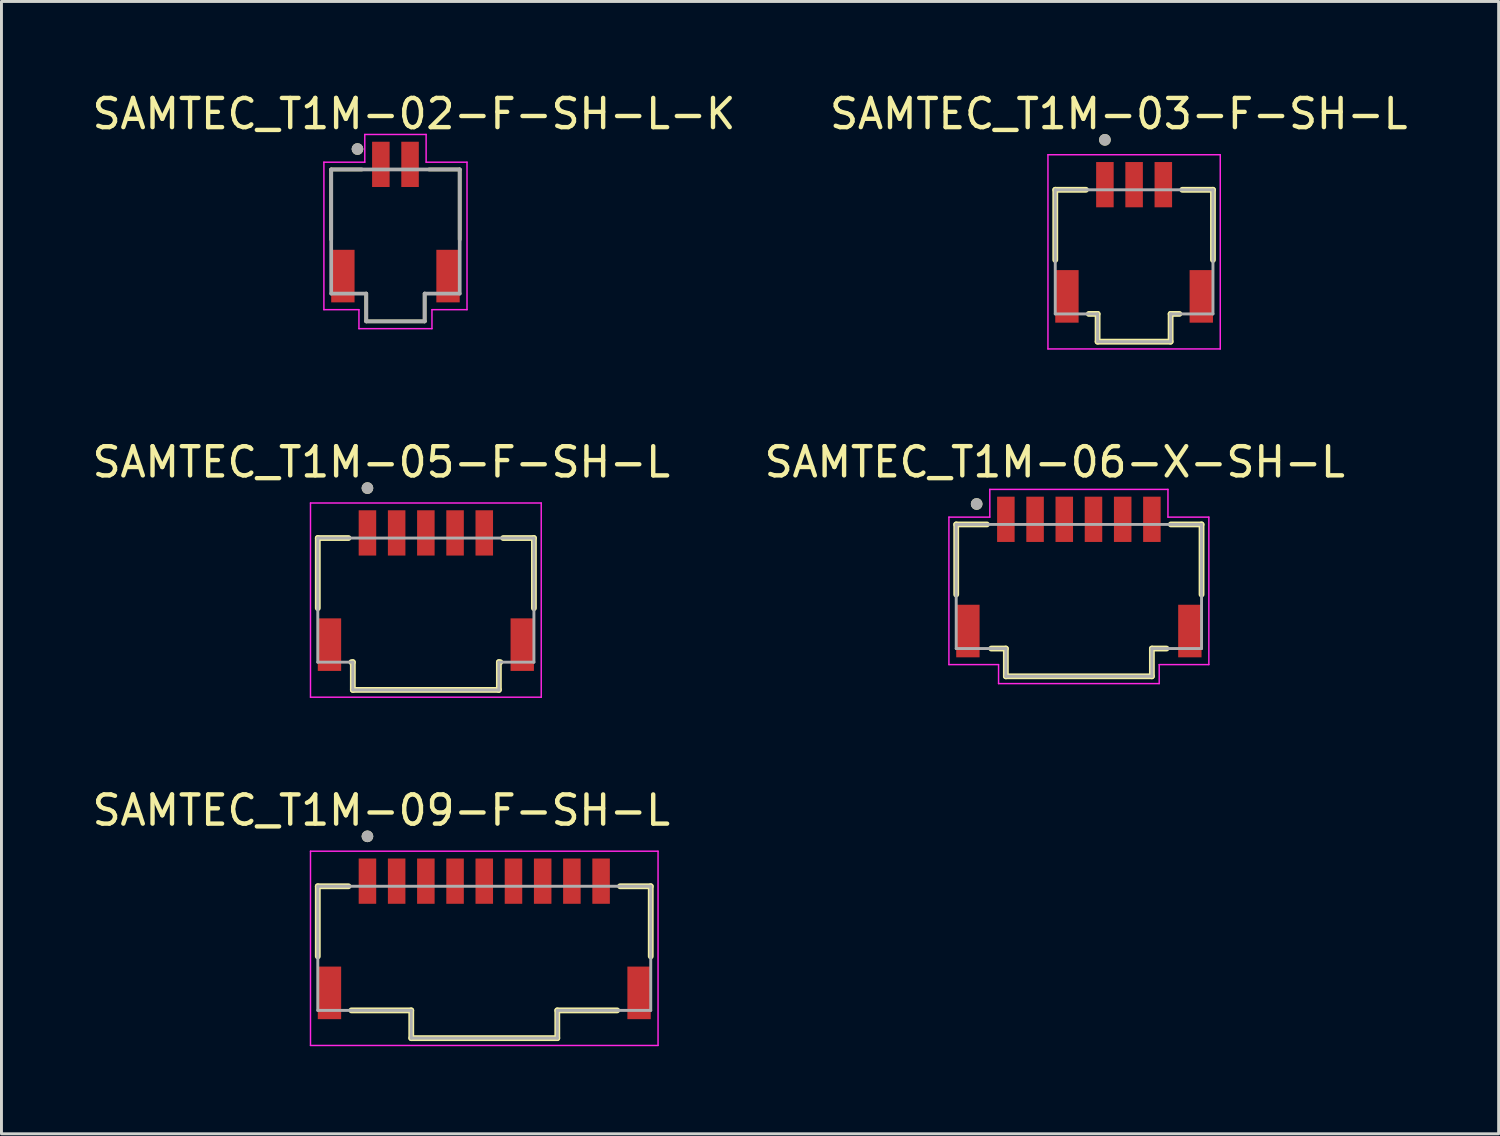
<source format=kicad_pcb>
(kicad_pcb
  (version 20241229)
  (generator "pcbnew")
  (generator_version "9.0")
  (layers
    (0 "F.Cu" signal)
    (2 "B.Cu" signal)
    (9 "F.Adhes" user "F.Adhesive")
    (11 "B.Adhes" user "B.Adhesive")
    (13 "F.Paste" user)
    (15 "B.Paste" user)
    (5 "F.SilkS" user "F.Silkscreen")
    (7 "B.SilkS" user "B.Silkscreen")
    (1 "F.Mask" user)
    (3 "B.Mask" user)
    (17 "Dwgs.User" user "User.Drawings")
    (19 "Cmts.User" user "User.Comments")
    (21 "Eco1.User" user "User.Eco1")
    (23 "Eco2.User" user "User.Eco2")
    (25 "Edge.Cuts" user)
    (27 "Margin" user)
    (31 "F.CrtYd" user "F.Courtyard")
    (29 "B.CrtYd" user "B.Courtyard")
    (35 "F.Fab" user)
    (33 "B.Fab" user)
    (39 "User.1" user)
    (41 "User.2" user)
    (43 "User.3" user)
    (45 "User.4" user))
  (footprint "SAMTEC_T1M-02-F-SH-L-K"
    (layer "F.Cu")
    (at 10.49 2.753)
    (property "Reference" "SAMTEC_T1M-02-F-SH-L-K" (at 0.635 -1.905 0) (layer "F.SilkS") (effects (font (size 1 1) (thickness 0.15))))
    (attr smd)
    (fp_line (start -2.2 0) (end -2.2 2.4) (stroke (width 0.127) (type solid)) (layer "F.SilkS"))
    (fp_line (start -1.15 0) (end -2.2 0) (stroke (width 0.127) (type solid)) (layer "F.SilkS"))
    (fp_line (start -1 4.25) (end -1 5.2) (stroke (width 0.127) (type solid)) (layer "F.SilkS"))
    (fp_line (start -1 5.2) (end 1 5.2) (stroke (width 0.127) (type solid)) (layer "F.SilkS"))
    (fp_line (start 1 5.2) (end 1 4.25) (stroke (width 0.127) (type solid)) (layer "F.SilkS"))
    (fp_line (start 1.15 0) (end 2.2 0) (stroke (width 0.127) (type solid)) (layer "F.SilkS"))
    (fp_line (start 2.2 0) (end 2.2 2.4) (stroke (width 0.127) (type solid)) (layer "F.SilkS"))
    (fp_circle (center -1.3 -0.7) (end -1.2 -0.7) (stroke (width 0.2) (type solid)) (fill no) (layer "F.SilkS"))
    (fp_line (start -2.45 -0.25) (end -1.05 -0.25) (stroke (width 0.05) (type solid)) (layer "F.CrtYd"))
    (fp_line (start -2.45 4.8) (end -2.45 -0.25) (stroke (width 0.05) (type solid)) (layer "F.CrtYd"))
    (fp_line (start -1.25 4.8) (end -2.45 4.8) (stroke (width 0.05) (type solid)) (layer "F.CrtYd"))
    (fp_line (start -1.25 5.45) (end -1.25 4.8) (stroke (width 0.05) (type solid)) (layer "F.CrtYd"))
    (fp_line (start -1.05 -1.2) (end 1.05 -1.2) (stroke (width 0.05) (type solid)) (layer "F.CrtYd"))
    (fp_line (start -1.05 -0.25) (end -1.05 -1.2) (stroke (width 0.05) (type solid)) (layer "F.CrtYd"))
    (fp_line (start 1.05 -1.2) (end 1.05 -0.25) (stroke (width 0.05) (type solid)) (layer "F.CrtYd"))
    (fp_line (start 1.05 -0.25) (end 2.45 -0.25) (stroke (width 0.05) (type solid)) (layer "F.CrtYd"))
    (fp_line (start 1.25 4.8) (end 1.25 5.45) (stroke (width 0.05) (type solid)) (layer "F.CrtYd"))
    (fp_line (start 1.25 5.45) (end -1.25 5.45) (stroke (width 0.05) (type solid)) (layer "F.CrtYd"))
    (fp_line (start 2.45 -0.25) (end 2.45 4.8) (stroke (width 0.05) (type solid)) (layer "F.CrtYd"))
    (fp_line (start 2.45 4.8) (end 1.25 4.8) (stroke (width 0.05) (type solid)) (layer "F.CrtYd"))
    (fp_line (start -2.2 0) (end 2.2 0) (stroke (width 0.127) (type solid)) (layer "F.Fab"))
    (fp_line (start -2.2 4.25) (end -2.2 0) (stroke (width 0.127) (type solid)) (layer "F.Fab"))
    (fp_line (start -1 4.25) (end -2.2 4.25) (stroke (width 0.127) (type solid)) (layer "F.Fab"))
    (fp_line (start -1 4.25) (end -1 5.2) (stroke (width 0.127) (type solid)) (layer "F.Fab"))
    (fp_line (start -1 5.2) (end 1 5.2) (stroke (width 0.127) (type solid)) (layer "F.Fab"))
    (fp_line (start 1 5.2) (end 1 4.25) (stroke (width 0.127) (type solid)) (layer "F.Fab"))
    (fp_line (start 2.2 0) (end 2.2 4.25) (stroke (width 0.127) (type solid)) (layer "F.Fab"))
    (fp_line (start 2.2 4.25) (end 1 4.25) (stroke (width 0.127) (type solid)) (layer "F.Fab"))
    (fp_circle (center -1.3 -0.7) (end -1.2 -0.7) (stroke (width 0.2) (type solid)) (fill no) (layer "F.Fab"))
    (pad "1" smd rect (at -0.5 -0.175 90) (size 1.55 0.6) (layers "F.Cu" "F.Mask" "F.Paste"))
    (pad "2" smd rect (at 0.5 -0.175 90) (size 1.55 0.6) (layers "F.Cu" "F.Mask" "F.Paste"))
    (pad "S1" smd rect (at -1.8 3.65 90) (size 1.8 0.8) (layers "F.Cu" "F.Mask" "F.Paste"))
    (pad "S2" smd rect (at 1.8 3.65 90) (size 1.8 0.8) (layers "F.Cu" "F.Mask" "F.Paste")))
  (footprint "SAMTEC_T1M-09-F-SH-L"
    (layer "F.Cu")
    (at 13.531 27.12)
    (property "Reference" "SAMTEC_T1M-09-F-SH-L" (at -3.525 -2.425 0) (layer "F.SilkS") (effects (font (size 1 1) (thickness 0.15))))
    (attr smd)
    (fp_line (start -5.7 0.175) (end -5.7 2.575) (stroke (width 0.2) (type solid)) (layer "F.SilkS"))
    (fp_line (start -5.7 0.175) (end -4.65 0.175) (stroke (width 0.2) (type solid)) (layer "F.SilkS"))
    (fp_line (start -4.55 4.425) (end -2.5 4.425) (stroke (width 0.2) (type solid)) (layer "F.SilkS"))
    (fp_line (start -2.5 4.425) (end -2.5 5.375) (stroke (width 0.2) (type solid)) (layer "F.SilkS"))
    (fp_line (start -2.5 5.375) (end 2.5 5.375) (stroke (width 0.2) (type solid)) (layer "F.SilkS"))
    (fp_line (start 2.5 4.425) (end 2.5 5.375) (stroke (width 0.2) (type solid)) (layer "F.SilkS"))
    (fp_line (start 4.55 4.425) (end 2.5 4.425) (stroke (width 0.2) (type solid)) (layer "F.SilkS"))
    (fp_line (start 5.7 0.175) (end 4.65 0.175) (stroke (width 0.2) (type solid)) (layer "F.SilkS"))
    (fp_line (start 5.7 0.175) (end 5.7 2.575) (stroke (width 0.2) (type solid)) (layer "F.SilkS"))
    (fp_circle (center -4 -1.535) (end -3.9 -1.535) (stroke (width 0.2) (type solid)) (fill no) (layer "F.SilkS"))
    (fp_line (start -5.95 -1.025) (end 5.95 -1.025) (stroke (width 0.05) (type solid)) (layer "F.CrtYd"))
    (fp_line (start -5.95 5.625) (end -5.95 -1.025) (stroke (width 0.05) (type solid)) (layer "F.CrtYd"))
    (fp_line (start 5.95 -1.025) (end 5.95 5.625) (stroke (width 0.05) (type solid)) (layer "F.CrtYd"))
    (fp_line (start 5.95 5.625) (end -5.95 5.625) (stroke (width 0.05) (type solid)) (layer "F.CrtYd"))
    (fp_line (start -5.7 0.175) (end -5.7 4.425) (stroke (width 0.1) (type solid)) (layer "F.Fab"))
    (fp_line (start -5.7 0.175) (end 5.7 0.175) (stroke (width 0.1) (type solid)) (layer "F.Fab"))
    (fp_line (start -5.7 4.425) (end -2.5 4.425) (stroke (width 0.1) (type solid)) (layer "F.Fab"))
    (fp_line (start -2.5 4.425) (end -2.5 5.375) (stroke (width 0.1) (type solid)) (layer "F.Fab"))
    (fp_line (start -2.5 5.375) (end 2.5 5.375) (stroke (width 0.1) (type solid)) (layer "F.Fab"))
    (fp_line (start 2.5 4.425) (end 2.5 5.375) (stroke (width 0.1) (type solid)) (layer "F.Fab"))
    (fp_line (start 5.7 0.175) (end 5.7 4.425) (stroke (width 0.1) (type solid)) (layer "F.Fab"))
    (fp_line (start 5.7 4.425) (end 2.5 4.425) (stroke (width 0.1) (type solid)) (layer "F.Fab"))
    (fp_circle (center -4 -1.535) (end -3.9 -1.535) (stroke (width 0.2) (type solid)) (fill no) (layer "F.Fab"))
    (pad "01" smd rect (at -4 0) (size 0.6 1.55) (layers "F.Cu" "F.Mask" "F.Paste"))
    (pad "02" smd rect (at -3 0) (size 0.6 1.55) (layers "F.Cu" "F.Mask" "F.Paste"))
    (pad "03" smd rect (at -2 0) (size 0.6 1.55) (layers "F.Cu" "F.Mask" "F.Paste"))
    (pad "04" smd rect (at -1 0) (size 0.6 1.55) (layers "F.Cu" "F.Mask" "F.Paste"))
    (pad "05" smd rect (at 0 0) (size 0.6 1.55) (layers "F.Cu" "F.Mask" "F.Paste"))
    (pad "06" smd rect (at 1 0) (size 0.6 1.55) (layers "F.Cu" "F.Mask" "F.Paste"))
    (pad "07" smd rect (at 2 0) (size 0.6 1.55) (layers "F.Cu" "F.Mask" "F.Paste"))
    (pad "08" smd rect (at 3 0) (size 0.6 1.55) (layers "F.Cu" "F.Mask" "F.Paste"))
    (pad "09" smd rect (at 4 0) (size 0.6 1.55) (layers "F.Cu" "F.Mask" "F.Paste"))
    (pad "S1" smd rect (at -5.3 3.825) (size 0.8 1.8) (layers "F.Cu" "F.Mask" "F.Paste"))
    (pad "S2" smd rect (at 5.3 3.825) (size 0.8 1.8) (layers "F.Cu" "F.Mask" "F.Paste")))
  (footprint "SAMTEC_T1M-06-X-SH-L"
    (layer "F.Cu")
    (at 33.89 14.906)
    (property "Reference" "SAMTEC_T1M-06-X-SH-L" (at -0.825 -2.135 0) (layer "F.SilkS") (effects (font (size 1 1) (thickness 0.15))))
    (attr smd)
    (fp_line (start -4.2 0) (end -4.2 2.4) (stroke (width 0.2) (type solid)) (layer "F.SilkS"))
    (fp_line (start -3.15 0) (end -4.2 0) (stroke (width 0.2) (type solid)) (layer "F.SilkS"))
    (fp_line (start -2.5 4.25) (end -3 4.25) (stroke (width 0.2) (type solid)) (layer "F.SilkS"))
    (fp_line (start -2.5 4.25) (end -2.5 5.2) (stroke (width 0.2) (type solid)) (layer "F.SilkS"))
    (fp_line (start -2.5 5.2) (end 2.5 5.2) (stroke (width 0.2) (type solid)) (layer "F.SilkS"))
    (fp_line (start 2.5 4.25) (end 3 4.25) (stroke (width 0.2) (type solid)) (layer "F.SilkS"))
    (fp_line (start 2.5 5.2) (end 2.5 4.25) (stroke (width 0.2) (type solid)) (layer "F.SilkS"))
    (fp_line (start 3.15 0) (end 4.2 0) (stroke (width 0.2) (type solid)) (layer "F.SilkS"))
    (fp_line (start 4.2 0) (end 4.2 2.4) (stroke (width 0.2) (type solid)) (layer "F.SilkS"))
    (fp_circle (center -3.5 -0.7) (end -3.4 -0.7) (stroke (width 0.2) (type solid)) (fill no) (layer "F.SilkS"))
    (fp_line (start -4.45 -0.25) (end -3.05 -0.25) (stroke (width 0.05) (type solid)) (layer "F.CrtYd"))
    (fp_line (start -4.45 4.8) (end -4.45 -0.25) (stroke (width 0.05) (type solid)) (layer "F.CrtYd"))
    (fp_line (start -3.05 -1.2) (end 3.05 -1.2) (stroke (width 0.05) (type solid)) (layer "F.CrtYd"))
    (fp_line (start -3.05 -0.25) (end -3.05 -1.2) (stroke (width 0.05) (type solid)) (layer "F.CrtYd"))
    (fp_line (start -2.75 4.8) (end -4.45 4.8) (stroke (width 0.05) (type solid)) (layer "F.CrtYd"))
    (fp_line (start -2.75 5.45) (end -2.75 4.8) (stroke (width 0.05) (type solid)) (layer "F.CrtYd"))
    (fp_line (start 2.75 4.8) (end 2.75 5.45) (stroke (width 0.05) (type solid)) (layer "F.CrtYd"))
    (fp_line (start 2.75 5.45) (end -2.75 5.45) (stroke (width 0.05) (type solid)) (layer "F.CrtYd"))
    (fp_line (start 3.05 -1.2) (end 3.05 -0.25) (stroke (width 0.05) (type solid)) (layer "F.CrtYd"))
    (fp_line (start 3.05 -0.25) (end 4.45 -0.25) (stroke (width 0.05) (type solid)) (layer "F.CrtYd"))
    (fp_line (start 4.45 -0.25) (end 4.45 4.8) (stroke (width 0.05) (type solid)) (layer "F.CrtYd"))
    (fp_line (start 4.45 4.8) (end 2.75 4.8) (stroke (width 0.05) (type solid)) (layer "F.CrtYd"))
    (fp_line (start -4.2 0) (end 4.2 0) (stroke (width 0.1) (type solid)) (layer "F.Fab"))
    (fp_line (start -4.2 4.25) (end -4.2 0) (stroke (width 0.1) (type solid)) (layer "F.Fab"))
    (fp_line (start -2.5 4.25) (end -4.2 4.25) (stroke (width 0.1) (type solid)) (layer "F.Fab"))
    (fp_line (start -2.5 4.25) (end -2.5 5.2) (stroke (width 0.1) (type solid)) (layer "F.Fab"))
    (fp_line (start -2.5 5.2) (end 2.5 5.2) (stroke (width 0.1) (type solid)) (layer "F.Fab"))
    (fp_line (start 2.5 5.2) (end 2.5 4.25) (stroke (width 0.1) (type solid)) (layer "F.Fab"))
    (fp_line (start 4.2 0) (end 4.2 4.25) (stroke (width 0.1) (type solid)) (layer "F.Fab"))
    (fp_line (start 4.2 4.25) (end 2.5 4.25) (stroke (width 0.1) (type solid)) (layer "F.Fab"))
    (fp_circle (center -3.5 -0.7) (end -3.4 -0.7) (stroke (width 0.2) (type solid)) (fill no) (layer "F.Fab"))
    (pad "01" smd rect (at -2.5 -0.175) (size 0.6 1.55) (layers "F.Cu" "F.Mask" "F.Paste"))
    (pad "02" smd rect (at -1.5 -0.175) (size 0.6 1.55) (layers "F.Cu" "F.Mask" "F.Paste"))
    (pad "03" smd rect (at -0.5 -0.175) (size 0.6 1.55) (layers "F.Cu" "F.Mask" "F.Paste"))
    (pad "04" smd rect (at 0.5 -0.175) (size 0.6 1.55) (layers "F.Cu" "F.Mask" "F.Paste"))
    (pad "05" smd rect (at 1.5 -0.175) (size 0.6 1.55) (layers "F.Cu" "F.Mask" "F.Paste"))
    (pad "06" smd rect (at 2.5 -0.175) (size 0.6 1.55) (layers "F.Cu" "F.Mask" "F.Paste"))
    (pad "S1" smd rect (at -3.8 3.65) (size 0.8 1.8) (layers "F.Cu" "F.Mask" "F.Paste"))
    (pad "S2" smd rect (at 3.8 3.65) (size 0.8 1.8) (layers "F.Cu" "F.Mask" "F.Paste")))
  (footprint "SAMTEC_T1M-03-F-SH-L"
    (layer "F.Cu")
    (at 35.781 3.273)
    (property "Reference" "SAMTEC_T1M-03-F-SH-L" (at -0.525 -2.425 0) (layer "F.SilkS") (effects (font (size 1 1) (thickness 0.15))))
    (attr smd)
    (fp_line (start -2.7 0.175) (end -2.7 2.575) (stroke (width 0.2) (type solid)) (layer "F.SilkS"))
    (fp_line (start -2.7 0.175) (end -1.65 0.175) (stroke (width 0.2) (type solid)) (layer "F.SilkS"))
    (fp_line (start -1.55 4.425) (end -1.25 4.425) (stroke (width 0.2) (type solid)) (layer "F.SilkS"))
    (fp_line (start -1.25 4.425) (end -1.25 5.375) (stroke (width 0.2) (type solid)) (layer "F.SilkS"))
    (fp_line (start -1.25 5.375) (end 1.25 5.375) (stroke (width 0.2) (type solid)) (layer "F.SilkS"))
    (fp_line (start 1.25 4.425) (end 1.25 5.375) (stroke (width 0.2) (type solid)) (layer "F.SilkS"))
    (fp_line (start 1.55 4.425) (end 1.25 4.425) (stroke (width 0.2) (type solid)) (layer "F.SilkS"))
    (fp_line (start 2.7 0.175) (end 1.65 0.175) (stroke (width 0.2) (type solid)) (layer "F.SilkS"))
    (fp_line (start 2.7 0.175) (end 2.7 2.575) (stroke (width 0.2) (type solid)) (layer "F.SilkS"))
    (fp_circle (center -1 -1.535) (end -0.9 -1.535) (stroke (width 0.2) (type solid)) (fill no) (layer "F.SilkS"))
    (fp_line (start -2.95 -1.025) (end 2.95 -1.025) (stroke (width 0.05) (type solid)) (layer "F.CrtYd"))
    (fp_line (start -2.95 5.625) (end -2.95 -1.025) (stroke (width 0.05) (type solid)) (layer "F.CrtYd"))
    (fp_line (start 2.95 -1.025) (end 2.95 5.625) (stroke (width 0.05) (type solid)) (layer "F.CrtYd"))
    (fp_line (start 2.95 5.625) (end -2.95 5.625) (stroke (width 0.05) (type solid)) (layer "F.CrtYd"))
    (fp_line (start -2.7 0.175) (end -2.7 4.425) (stroke (width 0.1) (type solid)) (layer "F.Fab"))
    (fp_line (start -2.7 0.175) (end 2.7 0.175) (stroke (width 0.1) (type solid)) (layer "F.Fab"))
    (fp_line (start -2.7 4.425) (end -1.25 4.425) (stroke (width 0.1) (type solid)) (layer "F.Fab"))
    (fp_line (start -1.25 4.425) (end -1.25 5.375) (stroke (width 0.1) (type solid)) (layer "F.Fab"))
    (fp_line (start -1.25 5.375) (end 1.25 5.375) (stroke (width 0.1) (type solid)) (layer "F.Fab"))
    (fp_line (start 1.25 4.425) (end 1.25 5.375) (stroke (width 0.1) (type solid)) (layer "F.Fab"))
    (fp_line (start 2.7 0.175) (end 2.7 4.425) (stroke (width 0.1) (type solid)) (layer "F.Fab"))
    (fp_line (start 2.7 4.425) (end 1.25 4.425) (stroke (width 0.1) (type solid)) (layer "F.Fab"))
    (fp_circle (center -1 -1.535) (end -0.9 -1.535) (stroke (width 0.2) (type solid)) (fill no) (layer "F.Fab"))
    (pad "01" smd rect (at -1 0) (size 0.6 1.55) (layers "F.Cu" "F.Mask" "F.Paste"))
    (pad "02" smd rect (at 0 0) (size 0.6 1.55) (layers "F.Cu" "F.Mask" "F.Paste"))
    (pad "03" smd rect (at 1 0) (size 0.6 1.55) (layers "F.Cu" "F.Mask" "F.Paste"))
    (pad "S1" smd rect (at -2.3 3.825) (size 0.8 1.8) (layers "F.Cu" "F.Mask" "F.Paste"))
    (pad "S2" smd rect (at 2.3 3.825) (size 0.8 1.8) (layers "F.Cu" "F.Mask" "F.Paste")))
  (footprint "SAMTEC_T1M-05-F-SH-L"
    (layer "F.Cu")
    (at 11.531 15.197)
    (property "Reference" "SAMTEC_T1M-05-F-SH-L" (at -1.525 -2.425 0) (layer "F.SilkS") (effects (font (size 1 1) (thickness 0.15))))
    (attr smd)
    (fp_line (start -3.7 0.175) (end -3.7 2.575) (stroke (width 0.2) (type solid)) (layer "F.SilkS"))
    (fp_line (start -3.7 0.175) (end -2.65 0.175) (stroke (width 0.2) (type solid)) (layer "F.SilkS"))
    (fp_line (start -2.55 4.425) (end -2.5 4.425) (stroke (width 0.2) (type solid)) (layer "F.SilkS"))
    (fp_line (start -2.5 4.425) (end -2.5 5.375) (stroke (width 0.2) (type solid)) (layer "F.SilkS"))
    (fp_line (start -2.5 5.375) (end 2.5 5.375) (stroke (width 0.2) (type solid)) (layer "F.SilkS"))
    (fp_line (start 2.5 4.425) (end 2.5 5.375) (stroke (width 0.2) (type solid)) (layer "F.SilkS"))
    (fp_line (start 2.55 4.425) (end 2.5 4.425) (stroke (width 0.2) (type solid)) (layer "F.SilkS"))
    (fp_line (start 3.7 0.175) (end 2.65 0.175) (stroke (width 0.2) (type solid)) (layer "F.SilkS"))
    (fp_line (start 3.7 0.175) (end 3.7 2.575) (stroke (width 0.2) (type solid)) (layer "F.SilkS"))
    (fp_circle (center -2 -1.535) (end -1.9 -1.535) (stroke (width 0.2) (type solid)) (fill no) (layer "F.SilkS"))
    (fp_line (start -3.95 -1.025) (end 3.95 -1.025) (stroke (width 0.05) (type solid)) (layer "F.CrtYd"))
    (fp_line (start -3.95 5.625) (end -3.95 -1.025) (stroke (width 0.05) (type solid)) (layer "F.CrtYd"))
    (fp_line (start 3.95 -1.025) (end 3.95 5.625) (stroke (width 0.05) (type solid)) (layer "F.CrtYd"))
    (fp_line (start 3.95 5.625) (end -3.95 5.625) (stroke (width 0.05) (type solid)) (layer "F.CrtYd"))
    (fp_line (start -3.7 0.175) (end -3.7 4.425) (stroke (width 0.1) (type solid)) (layer "F.Fab"))
    (fp_line (start -3.7 0.175) (end 3.7 0.175) (stroke (width 0.1) (type solid)) (layer "F.Fab"))
    (fp_line (start -3.7 4.425) (end -2.5 4.425) (stroke (width 0.1) (type solid)) (layer "F.Fab"))
    (fp_line (start -2.5 4.425) (end -2.5 5.375) (stroke (width 0.1) (type solid)) (layer "F.Fab"))
    (fp_line (start -2.5 5.375) (end 2.5 5.375) (stroke (width 0.1) (type solid)) (layer "F.Fab"))
    (fp_line (start 2.5 4.425) (end 2.5 5.375) (stroke (width 0.1) (type solid)) (layer "F.Fab"))
    (fp_line (start 3.7 0.175) (end 3.7 4.425) (stroke (width 0.1) (type solid)) (layer "F.Fab"))
    (fp_line (start 3.7 4.425) (end 2.5 4.425) (stroke (width 0.1) (type solid)) (layer "F.Fab"))
    (fp_circle (center -2 -1.535) (end -1.9 -1.535) (stroke (width 0.2) (type solid)) (fill no) (layer "F.Fab"))
    (pad "01" smd rect (at -2 0) (size 0.6 1.55) (layers "F.Cu" "F.Mask" "F.Paste"))
    (pad "02" smd rect (at -1 0) (size 0.6 1.55) (layers "F.Cu" "F.Mask" "F.Paste"))
    (pad "03" smd rect (at 0 0) (size 0.6 1.55) (layers "F.Cu" "F.Mask" "F.Paste"))
    (pad "04" smd rect (at 1 0) (size 0.6 1.55) (layers "F.Cu" "F.Mask" "F.Paste"))
    (pad "05" smd rect (at 2 0) (size 0.6 1.55) (layers "F.Cu" "F.Mask" "F.Paste"))
    (pad "S1" smd rect (at -3.3 3.825) (size 0.8 1.8) (layers "F.Cu" "F.Mask" "F.Paste"))
    (pad "S2" smd rect (at 3.3 3.825) (size 0.8 1.8) (layers "F.Cu" "F.Mask" "F.Paste")))
  (gr_rect
    (start -3 -3)
    (end 48.262 35.77)
    (stroke (width 0.1) (type default))
    (fill no)
    (layer "Edge.Cuts")))
</source>
